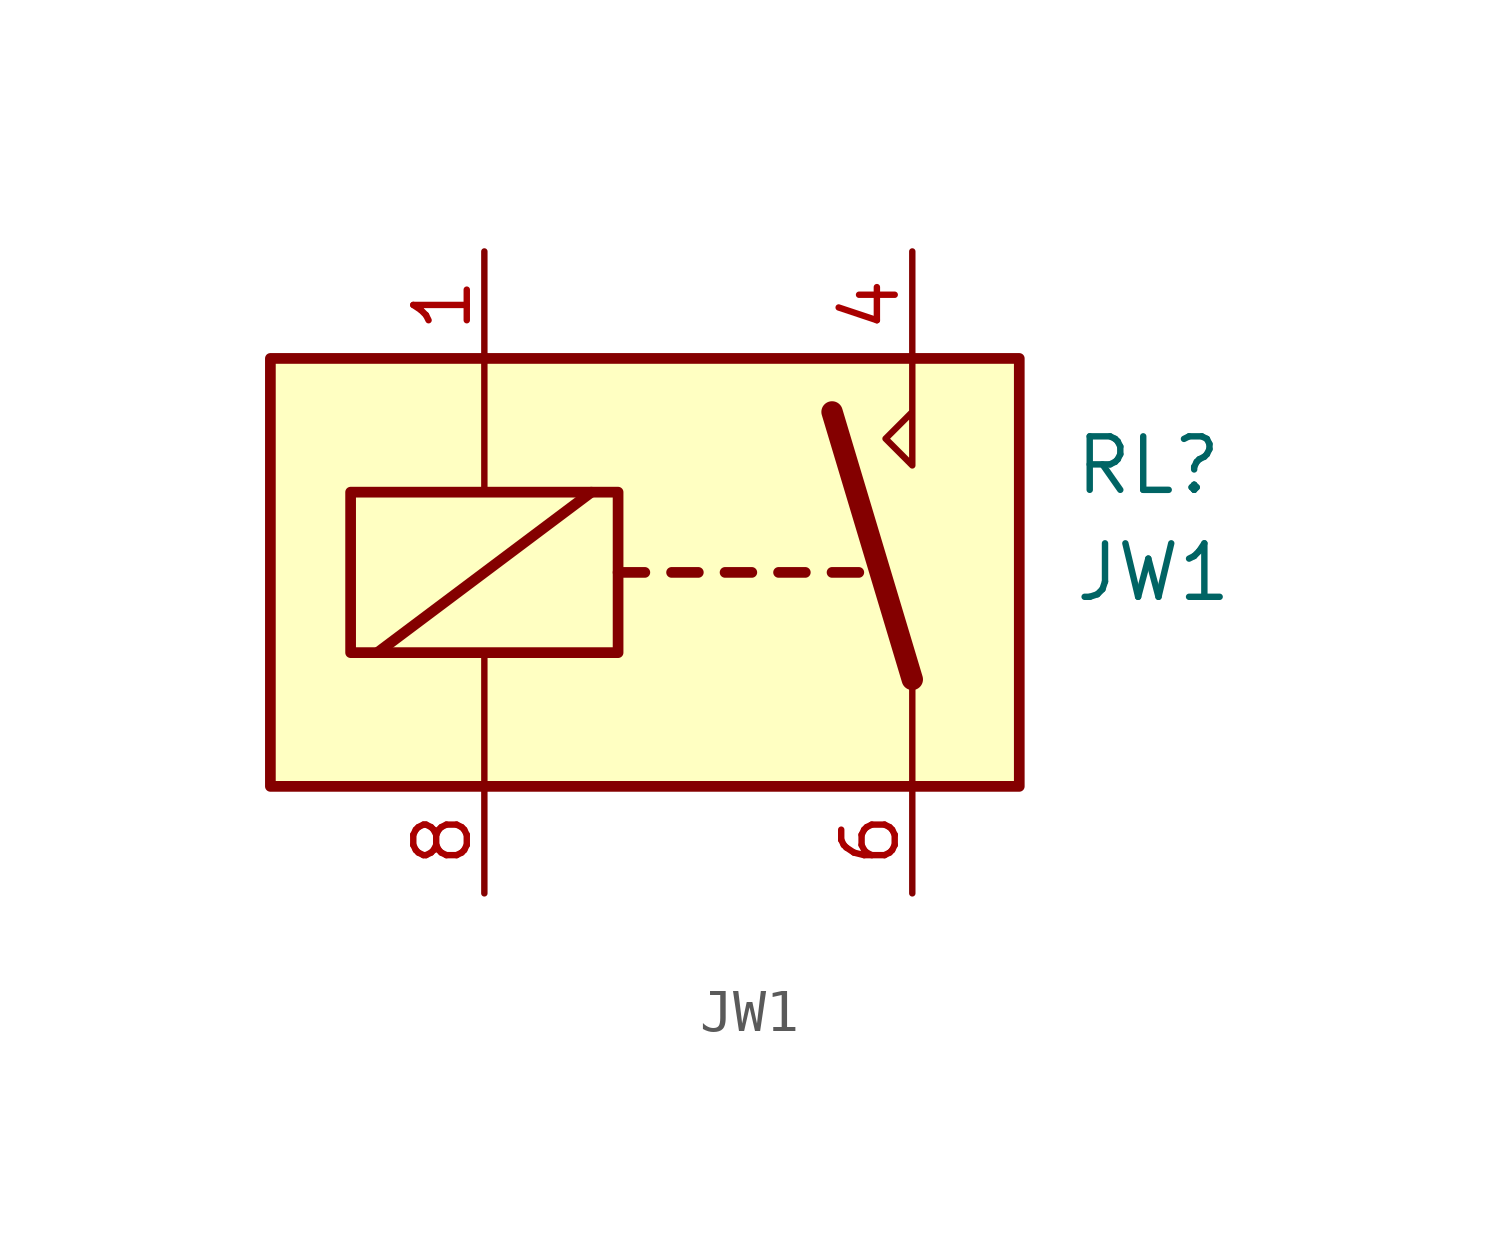
<source format=kicad_sym>
(kicad_symbol_lib
  (version 20211014)
  (generator kicad_symbol_editor)
  (symbol "JW1"
    (property "Reference" "RL"
      (at 8.89 2.54 0)
      (effects (font (size 1.27 1.27)) (justify left)))
    (property "Value" "JW1"
      (at 8.89 0 0)
      (effects (font (size 1.27 1.27)) (justify left)))
    (symbol "JW1_1_1"
      (rectangle (start -10.16 5.08) (end 7.62 -5.08) (stroke (width 0.254) (type default) (color 0 0 0 0)) (fill (type background)))
      (rectangle (start -8.255 1.905) (end -1.905 -1.905) (stroke (width 0.254) (type default) (color 0 0 0 0)) (fill (type none)))
      (polyline (pts (xy -7.62 -1.905) (xy -2.54 1.905)) (stroke (width 0.254) (type default) (color 0 0 0 0)) (fill (type none)))
      (polyline (pts (xy -5.08 -5.08) (xy -5.08 -1.905)) (stroke (width 0) (type default) (color 0 0 0 0)) (fill (type none)))
      (polyline (pts (xy -5.08 5.08) (xy -5.08 1.905)) (stroke (width 0) (type default) (color 0 0 0 0)) (fill (type none)))
      (polyline (pts (xy -1.905 0) (xy -1.27 0)) (stroke (width 0.254) (type default) (color 0 0 0 0)) (fill (type none)))
      (polyline (pts (xy -0.635 0) (xy 0 0)) (stroke (width 0.254) (type default) (color 0 0 0 0)) (fill (type none)))
      (polyline (pts (xy 0.635 0) (xy 1.27 0)) (stroke (width 0.254) (type default) (color 0 0 0 0)) (fill (type none)))
      (polyline (pts (xy 1.905 0) (xy 2.54 0)) (stroke (width 0.254) (type default) (color 0 0 0 0)) (fill (type none)))
      (polyline (pts (xy 3.175 0) (xy 3.81 0)) (stroke (width 0.254) (type default) (color 0 0 0 0)) (fill (type none)))
      (polyline (pts (xy 5.08 -2.54) (xy 3.175 3.81)) (stroke (width 0.508) (type default) (color 0 0 0 0)) (fill (type none)))
      (polyline (pts (xy 5.08 -2.54) (xy 5.08 -5.08)) (stroke (width 0) (type default) (color 0 0 0 0)) (fill (type none)))
      (polyline (pts (xy 5.08 5.08) (xy 5.08 2.54) (xy 4.445 3.175) (xy 5.08 3.81)) (stroke (width 0) (type default) (color 0 0 0 0)) (fill (type none)))
      (pin passive line (at -5.08 7.62 270) (length 2.54) (name "~" (effects (font (size 1.27 1.27)))) (number "1" (effects (font (size 1.27 1.27)))))
      (pin passive line (at 5.08 7.62 270) (length 2.54) (name "~" (effects (font (size 1.27 1.27)))) (number "4" (effects (font (size 1.27 1.27)))))
      (pin passive line (at 5.08 -7.62 90) (length 2.54) (name "~" (effects (font (size 1.27 1.27)))) (number "6" (effects (font (size 1.27 1.27)))))
      (pin passive line (at -5.08 -7.62 90) (length 2.54) (name "~" (effects (font (size 1.27 1.27)))) (number "8" (effects (font (size 1.27 1.27))))))))
</source>
